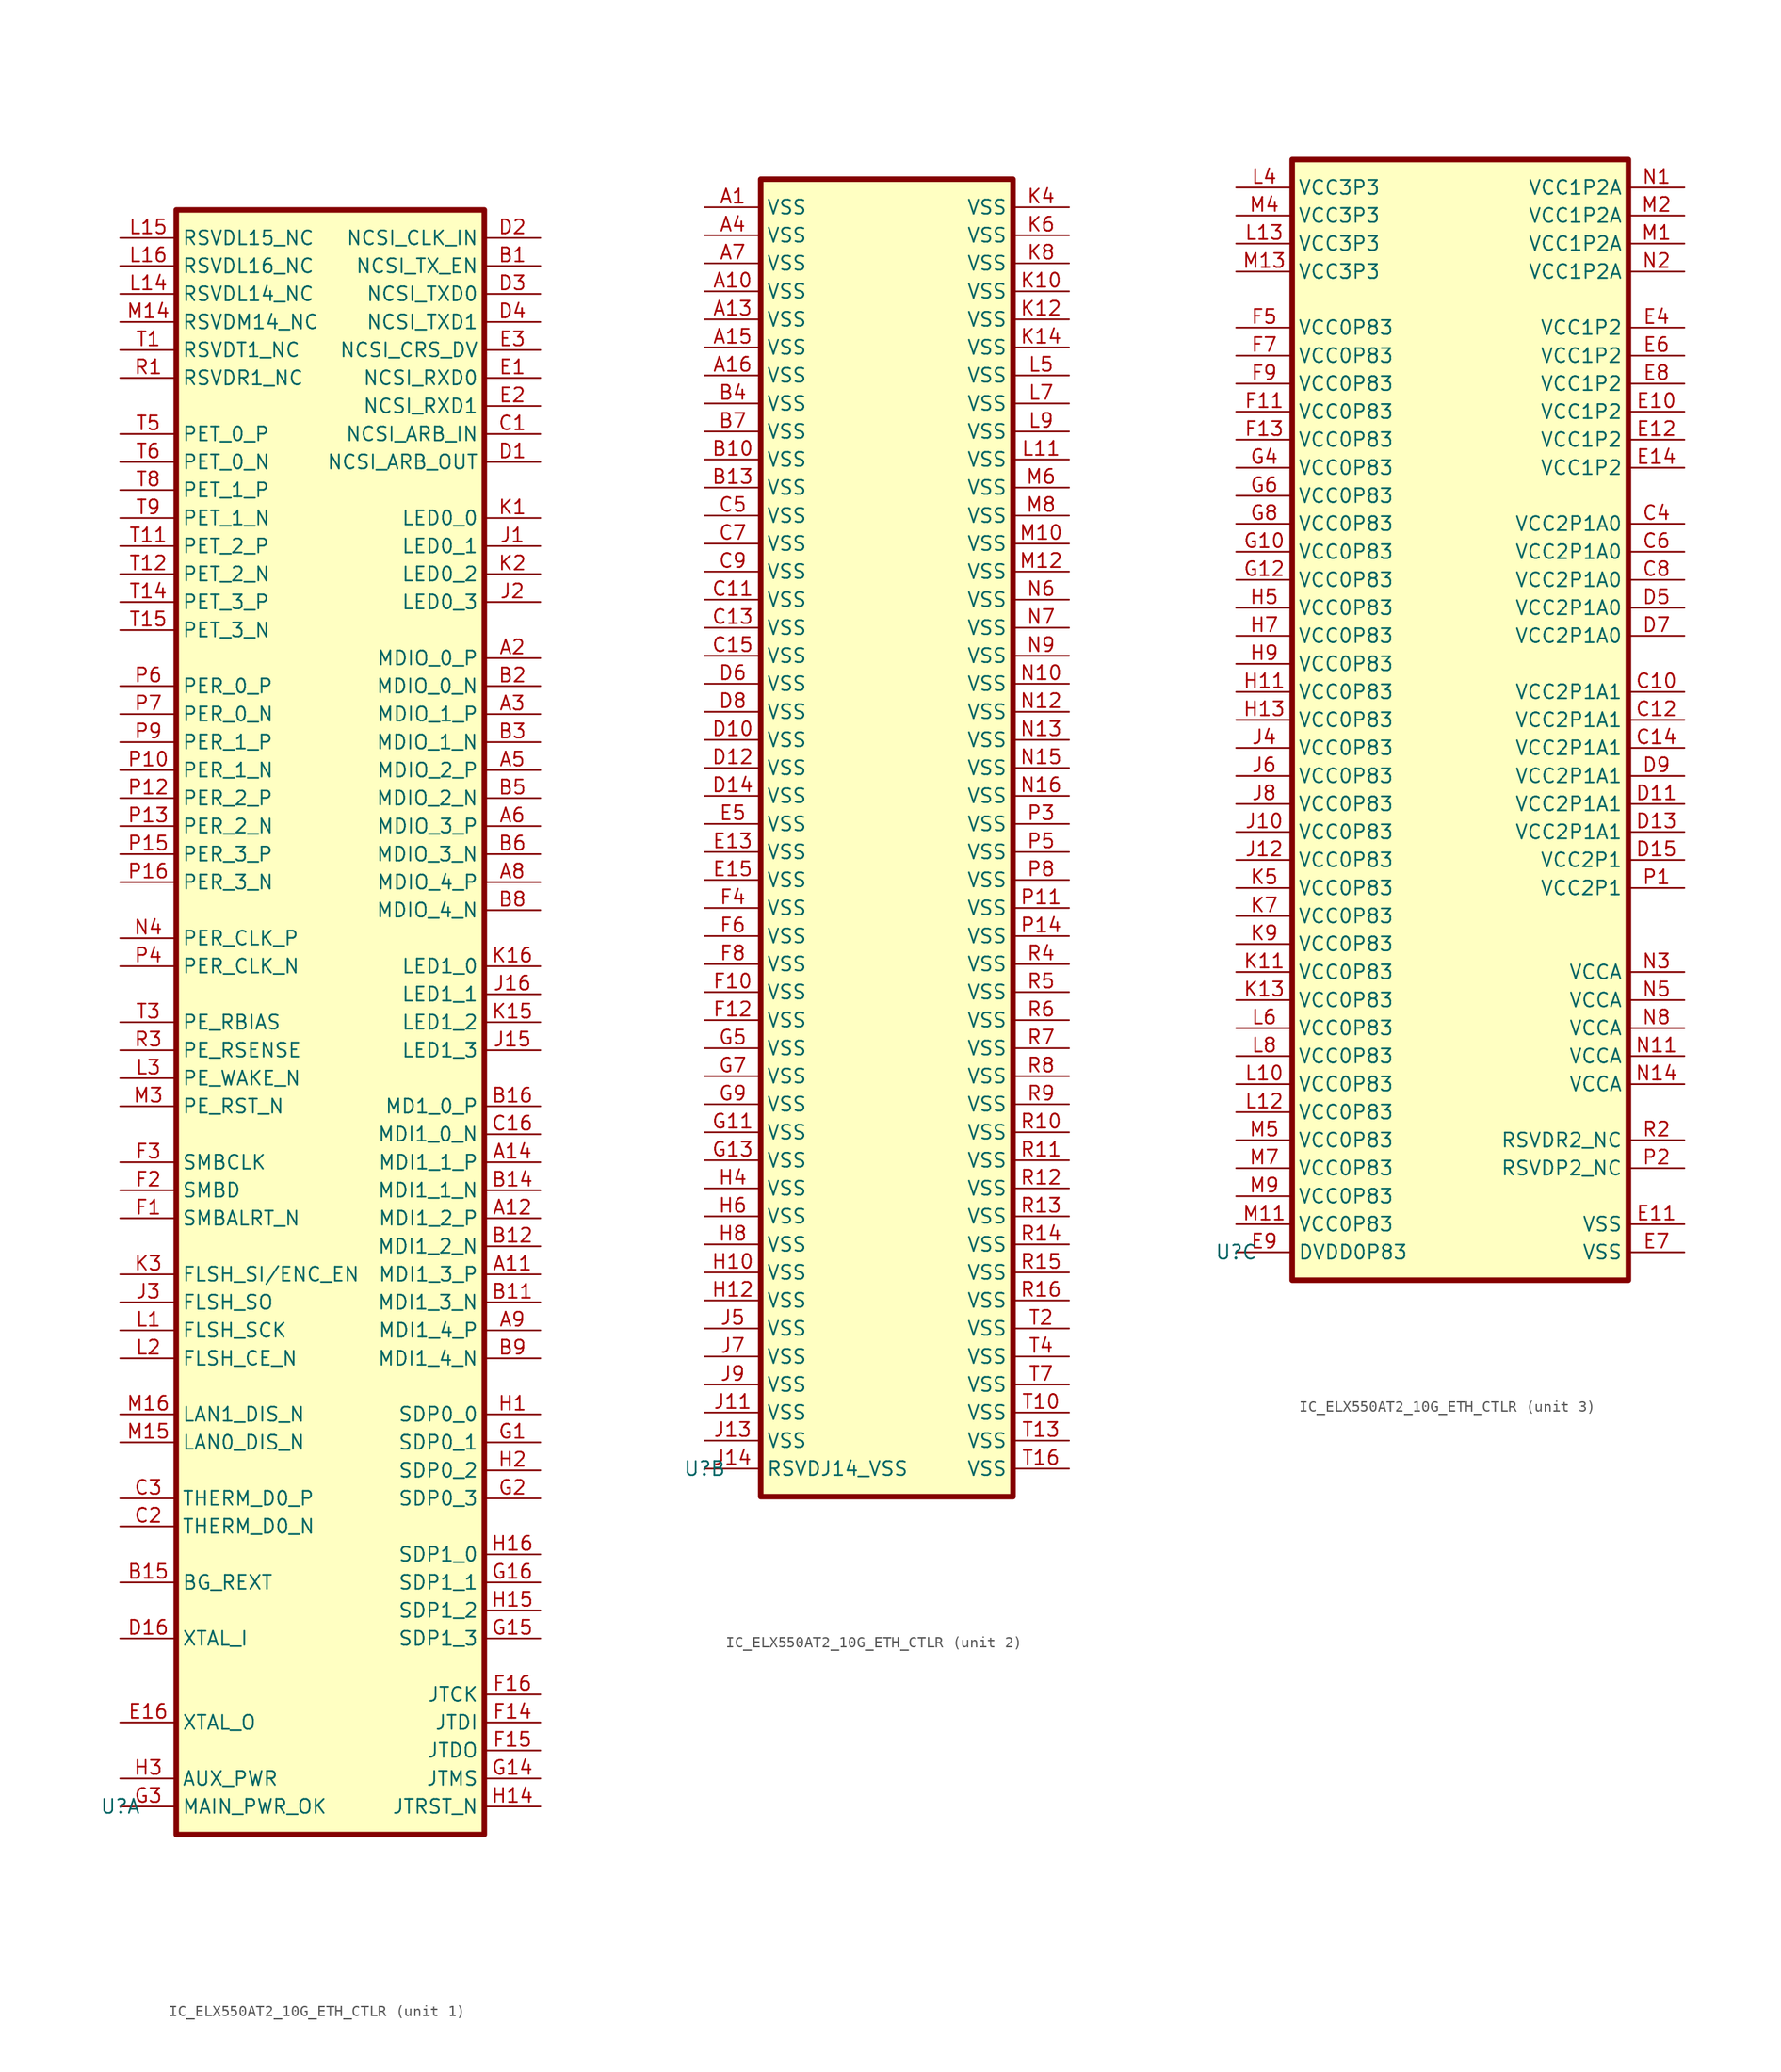
<source format=kicad_sym>
(kicad_symbol_lib
  (version 20231120)
  (generator "kicad_symbol_editor")
  (generator_version "8.0")
  (symbol "IC_ELX550AT2_10G_ETH_CTLR"
    (property "Reference" "U"
      (at 0 0 0)
      (effects (font (size 1.27 1.27))))
    (property "Value" ""
      (at -2.54 -2.54 0)
      (effects (font (size 1.27 1.27))))
    (property "ki_locked" ""
      (at 0 0 0)
      (effects (font (size 1.27 1.27))))
    (symbol "IC_ELX550AT2_10G_ETH_CTLR_1_1"
      (rectangle (start 5.08 144.78) (end 33.02 -2.54) (stroke (width 0.5) (type default)) (fill (type background)))
      (pin passive line (at 38.1 48.26 180) (length 5.08) (name "MDI1_3_P" (effects (font (size 1.27 1.27)))) (number "A11" (effects (font (size 1.27 1.27)))))
      (pin passive line (at 38.1 53.34 180) (length 5.08) (name "MDI1_2_P" (effects (font (size 1.27 1.27)))) (number "A12" (effects (font (size 1.27 1.27)))))
      (pin passive line (at 38.1 58.42 180) (length 5.08) (name "MDI1_1_P" (effects (font (size 1.27 1.27)))) (number "A14" (effects (font (size 1.27 1.27)))))
      (pin passive line (at 38.1 104.14 180) (length 5.08) (name "MDIO_0_P" (effects (font (size 1.27 1.27)))) (number "A2" (effects (font (size 1.27 1.27)))))
      (pin passive line (at 38.1 99.06 180) (length 5.08) (name "MDIO_1_P" (effects (font (size 1.27 1.27)))) (number "A3" (effects (font (size 1.27 1.27)))))
      (pin passive line (at 38.1 93.98 180) (length 5.08) (name "MDIO_2_P" (effects (font (size 1.27 1.27)))) (number "A5" (effects (font (size 1.27 1.27)))))
      (pin passive line (at 38.1 88.9 180) (length 5.08) (name "MDIO_3_P" (effects (font (size 1.27 1.27)))) (number "A6" (effects (font (size 1.27 1.27)))))
      (pin passive line (at 38.1 83.82 180) (length 5.08) (name "MDIO_4_P" (effects (font (size 1.27 1.27)))) (number "A8" (effects (font (size 1.27 1.27)))))
      (pin passive line (at 38.1 43.18 180) (length 5.08) (name "MDI1_4_P" (effects (font (size 1.27 1.27)))) (number "A9" (effects (font (size 1.27 1.27)))))
      (pin passive line (at 38.1 139.7 180) (length 5.08) (name "NCSI_TX_EN" (effects (font (size 1.27 1.27)))) (number "B1" (effects (font (size 1.27 1.27)))))
      (pin passive line (at 38.1 45.72 180) (length 5.08) (name "MDI1_3_N" (effects (font (size 1.27 1.27)))) (number "B11" (effects (font (size 1.27 1.27)))))
      (pin passive line (at 38.1 50.8 180) (length 5.08) (name "MDI1_2_N" (effects (font (size 1.27 1.27)))) (number "B12" (effects (font (size 1.27 1.27)))))
      (pin passive line (at 38.1 55.88 180) (length 5.08) (name "MDI1_1_N" (effects (font (size 1.27 1.27)))) (number "B14" (effects (font (size 1.27 1.27)))))
      (pin passive line (at 0 20.32 0) (length 5.08) (name "BG_REXT" (effects (font (size 1.27 1.27)))) (number "B15" (effects (font (size 1.27 1.27)))))
      (pin passive line (at 38.1 63.5 180) (length 5.08) (name "MD1_0_P" (effects (font (size 1.27 1.27)))) (number "B16" (effects (font (size 1.27 1.27)))))
      (pin passive line (at 38.1 101.6 180) (length 5.08) (name "MDIO_0_N" (effects (font (size 1.27 1.27)))) (number "B2" (effects (font (size 1.27 1.27)))))
      (pin passive line (at 38.1 96.52 180) (length 5.08) (name "MDIO_1_N" (effects (font (size 1.27 1.27)))) (number "B3" (effects (font (size 1.27 1.27)))))
      (pin passive line (at 38.1 91.44 180) (length 5.08) (name "MDIO_2_N" (effects (font (size 1.27 1.27)))) (number "B5" (effects (font (size 1.27 1.27)))))
      (pin passive line (at 38.1 86.36 180) (length 5.08) (name "MDIO_3_N" (effects (font (size 1.27 1.27)))) (number "B6" (effects (font (size 1.27 1.27)))))
      (pin passive line (at 38.1 81.28 180) (length 5.08) (name "MDIO_4_N" (effects (font (size 1.27 1.27)))) (number "B8" (effects (font (size 1.27 1.27)))))
      (pin passive line (at 38.1 40.64 180) (length 5.08) (name "MDI1_4_N" (effects (font (size 1.27 1.27)))) (number "B9" (effects (font (size 1.27 1.27)))))
      (pin passive line (at 38.1 124.46 180) (length 5.08) (name "NCSI_ARB_IN" (effects (font (size 1.27 1.27)))) (number "C1" (effects (font (size 1.27 1.27)))))
      (pin passive line (at 38.1 60.96 180) (length 5.08) (name "MDI1_0_N" (effects (font (size 1.27 1.27)))) (number "C16" (effects (font (size 1.27 1.27)))))
      (pin passive line (at 0 25.4 0) (length 5.08) (name "THERM_D0_N" (effects (font (size 1.27 1.27)))) (number "C2" (effects (font (size 1.27 1.27)))))
      (pin passive line (at 0 27.94 0) (length 5.08) (name "THERM_D0_P" (effects (font (size 1.27 1.27)))) (number "C3" (effects (font (size 1.27 1.27)))))
      (pin passive line (at 38.1 121.92 180) (length 5.08) (name "NCSI_ARB_OUT" (effects (font (size 1.27 1.27)))) (number "D1" (effects (font (size 1.27 1.27)))))
      (pin passive line (at 0 15.24 0) (length 5.08) (name "XTAL_I" (effects (font (size 1.27 1.27)))) (number "D16" (effects (font (size 1.27 1.27)))))
      (pin passive line (at 38.1 142.24 180) (length 5.08) (name "NCSI_CLK_IN" (effects (font (size 1.27 1.27)))) (number "D2" (effects (font (size 1.27 1.27)))))
      (pin passive line (at 38.1 137.16 180) (length 5.08) (name "NCSI_TXD0" (effects (font (size 1.27 1.27)))) (number "D3" (effects (font (size 1.27 1.27)))))
      (pin passive line (at 38.1 134.62 180) (length 5.08) (name "NCSI_TXD1" (effects (font (size 1.27 1.27)))) (number "D4" (effects (font (size 1.27 1.27)))))
      (pin passive line (at 38.1 129.54 180) (length 5.08) (name "NCSI_RXD0" (effects (font (size 1.27 1.27)))) (number "E1" (effects (font (size 1.27 1.27)))))
      (pin passive line (at 0 7.62 0) (length 5.08) (name "XTAL_O" (effects (font (size 1.27 1.27)))) (number "E16" (effects (font (size 1.27 1.27)))))
      (pin passive line (at 38.1 127 180) (length 5.08) (name "NCSI_RXD1" (effects (font (size 1.27 1.27)))) (number "E2" (effects (font (size 1.27 1.27)))))
      (pin passive line (at 38.1 132.08 180) (length 5.08) (name "NCSI_CRS_DV" (effects (font (size 1.27 1.27)))) (number "E3" (effects (font (size 1.27 1.27)))))
      (pin passive line (at 0 53.34 0) (length 5.08) (name "SMBALRT_N" (effects (font (size 1.27 1.27)))) (number "F1" (effects (font (size 1.27 1.27)))))
      (pin passive line (at 38.1 7.62 180) (length 5.08) (name "JTDI" (effects (font (size 1.27 1.27)))) (number "F14" (effects (font (size 1.27 1.27)))))
      (pin passive line (at 38.1 5.08 180) (length 5.08) (name "JTDO" (effects (font (size 1.27 1.27)))) (number "F15" (effects (font (size 1.27 1.27)))))
      (pin passive line (at 38.1 10.16 180) (length 5.08) (name "JTCK" (effects (font (size 1.27 1.27)))) (number "F16" (effects (font (size 1.27 1.27)))))
      (pin passive line (at 0 55.88 0) (length 5.08) (name "SMBD" (effects (font (size 1.27 1.27)))) (number "F2" (effects (font (size 1.27 1.27)))))
      (pin passive line (at 0 58.42 0) (length 5.08) (name "SMBCLK" (effects (font (size 1.27 1.27)))) (number "F3" (effects (font (size 1.27 1.27)))))
      (pin passive line (at 38.1 33.02 180) (length 5.08) (name "SDP0_1" (effects (font (size 1.27 1.27)))) (number "G1" (effects (font (size 1.27 1.27)))))
      (pin passive line (at 38.1 2.54 180) (length 5.08) (name "JTMS" (effects (font (size 1.27 1.27)))) (number "G14" (effects (font (size 1.27 1.27)))))
      (pin passive line (at 38.1 15.24 180) (length 5.08) (name "SDP1_3" (effects (font (size 1.27 1.27)))) (number "G15" (effects (font (size 1.27 1.27)))))
      (pin passive line (at 38.1 20.32 180) (length 5.08) (name "SDP1_1" (effects (font (size 1.27 1.27)))) (number "G16" (effects (font (size 1.27 1.27)))))
      (pin passive line (at 38.1 27.94 180) (length 5.08) (name "SDP0_3" (effects (font (size 1.27 1.27)))) (number "G2" (effects (font (size 1.27 1.27)))))
      (pin passive line (at 0 0 0) (length 5.08) (name "MAIN_PWR_OK" (effects (font (size 1.27 1.27)))) (number "G3" (effects (font (size 1.27 1.27)))))
      (pin passive line (at 38.1 35.56 180) (length 5.08) (name "SDP0_0" (effects (font (size 1.27 1.27)))) (number "H1" (effects (font (size 1.27 1.27)))))
      (pin passive line (at 38.1 0 180) (length 5.08) (name "JTRST_N" (effects (font (size 1.27 1.27)))) (number "H14" (effects (font (size 1.27 1.27)))))
      (pin passive line (at 38.1 17.78 180) (length 5.08) (name "SDP1_2" (effects (font (size 1.27 1.27)))) (number "H15" (effects (font (size 1.27 1.27)))))
      (pin passive line (at 38.1 22.86 180) (length 5.08) (name "SDP1_0" (effects (font (size 1.27 1.27)))) (number "H16" (effects (font (size 1.27 1.27)))))
      (pin passive line (at 38.1 30.48 180) (length 5.08) (name "SDP0_2" (effects (font (size 1.27 1.27)))) (number "H2" (effects (font (size 1.27 1.27)))))
      (pin passive line (at 0 2.54 0) (length 5.08) (name "AUX_PWR" (effects (font (size 1.27 1.27)))) (number "H3" (effects (font (size 1.27 1.27)))))
      (pin passive line (at 38.1 114.3 180) (length 5.08) (name "LED0_1" (effects (font (size 1.27 1.27)))) (number "J1" (effects (font (size 1.27 1.27)))))
      (pin passive line (at 38.1 68.58 180) (length 5.08) (name "LED1_3" (effects (font (size 1.27 1.27)))) (number "J15" (effects (font (size 1.27 1.27)))))
      (pin passive line (at 38.1 73.66 180) (length 5.08) (name "LED1_1" (effects (font (size 1.27 1.27)))) (number "J16" (effects (font (size 1.27 1.27)))))
      (pin passive line (at 38.1 109.22 180) (length 5.08) (name "LED0_3" (effects (font (size 1.27 1.27)))) (number "J2" (effects (font (size 1.27 1.27)))))
      (pin passive line (at 0 45.72 0) (length 5.08) (name "FLSH_SO" (effects (font (size 1.27 1.27)))) (number "J3" (effects (font (size 1.27 1.27)))))
      (pin passive line (at 38.1 116.84 180) (length 5.08) (name "LED0_0" (effects (font (size 1.27 1.27)))) (number "K1" (effects (font (size 1.27 1.27)))))
      (pin passive line (at 38.1 71.12 180) (length 5.08) (name "LED1_2" (effects (font (size 1.27 1.27)))) (number "K15" (effects (font (size 1.27 1.27)))))
      (pin passive line (at 38.1 76.2 180) (length 5.08) (name "LED1_0" (effects (font (size 1.27 1.27)))) (number "K16" (effects (font (size 1.27 1.27)))))
      (pin passive line (at 38.1 111.76 180) (length 5.08) (name "LED0_2" (effects (font (size 1.27 1.27)))) (number "K2" (effects (font (size 1.27 1.27)))))
      (pin passive line (at 0 48.26 0) (length 5.08) (name "FLSH_SI/ENC_EN" (effects (font (size 1.27 1.27)))) (number "K3" (effects (font (size 1.27 1.27)))))
      (pin passive line (at 0 43.18 0) (length 5.08) (name "FLSH_SCK" (effects (font (size 1.27 1.27)))) (number "L1" (effects (font (size 1.27 1.27)))))
      (pin passive line (at 0 137.16 0) (length 5.08) (name "RSVDL14_NC" (effects (font (size 1.27 1.27)))) (number "L14" (effects (font (size 1.27 1.27)))))
      (pin passive line (at 0 142.24 0) (length 5.08) (name "RSVDL15_NC" (effects (font (size 1.27 1.27)))) (number "L15" (effects (font (size 1.27 1.27)))))
      (pin passive line (at 0 139.7 0) (length 5.08) (name "RSVDL16_NC" (effects (font (size 1.27 1.27)))) (number "L16" (effects (font (size 1.27 1.27)))))
      (pin passive line (at 0 40.64 0) (length 5.08) (name "FLSH_CE_N" (effects (font (size 1.27 1.27)))) (number "L2" (effects (font (size 1.27 1.27)))))
      (pin passive line (at 0 66.04 0) (length 5.08) (name "PE_WAKE_N" (effects (font (size 1.27 1.27)))) (number "L3" (effects (font (size 1.27 1.27)))))
      (pin passive line (at 0 134.62 0) (length 5.08) (name "RSVDM14_NC" (effects (font (size 1.27 1.27)))) (number "M14" (effects (font (size 1.27 1.27)))))
      (pin passive line (at 0 33.02 0) (length 5.08) (name "LAN0_DIS_N" (effects (font (size 1.27 1.27)))) (number "M15" (effects (font (size 1.27 1.27)))))
      (pin passive line (at 0 35.56 0) (length 5.08) (name "LAN1_DIS_N" (effects (font (size 1.27 1.27)))) (number "M16" (effects (font (size 1.27 1.27)))))
      (pin passive line (at 0 63.5 0) (length 5.08) (name "PE_RST_N" (effects (font (size 1.27 1.27)))) (number "M3" (effects (font (size 1.27 1.27)))))
      (pin passive line (at 0 78.74 0) (length 5.08) (name "PER_CLK_P" (effects (font (size 1.27 1.27)))) (number "N4" (effects (font (size 1.27 1.27)))))
      (pin passive line (at 0 93.98 0) (length 5.08) (name "PER_1_N" (effects (font (size 1.27 1.27)))) (number "P10" (effects (font (size 1.27 1.27)))))
      (pin passive line (at 0 91.44 0) (length 5.08) (name "PER_2_P" (effects (font (size 1.27 1.27)))) (number "P12" (effects (font (size 1.27 1.27)))))
      (pin passive line (at 0 88.9 0) (length 5.08) (name "PER_2_N" (effects (font (size 1.27 1.27)))) (number "P13" (effects (font (size 1.27 1.27)))))
      (pin passive line (at 0 86.36 0) (length 5.08) (name "PER_3_P" (effects (font (size 1.27 1.27)))) (number "P15" (effects (font (size 1.27 1.27)))))
      (pin passive line (at 0 83.82 0) (length 5.08) (name "PER_3_N" (effects (font (size 1.27 1.27)))) (number "P16" (effects (font (size 1.27 1.27)))))
      (pin passive line (at 0 76.2 0) (length 5.08) (name "PER_CLK_N" (effects (font (size 1.27 1.27)))) (number "P4" (effects (font (size 1.27 1.27)))))
      (pin passive line (at 0 101.6 0) (length 5.08) (name "PER_0_P" (effects (font (size 1.27 1.27)))) (number "P6" (effects (font (size 1.27 1.27)))))
      (pin passive line (at 0 99.06 0) (length 5.08) (name "PER_0_N" (effects (font (size 1.27 1.27)))) (number "P7" (effects (font (size 1.27 1.27)))))
      (pin passive line (at 0 96.52 0) (length 5.08) (name "PER_1_P" (effects (font (size 1.27 1.27)))) (number "P9" (effects (font (size 1.27 1.27)))))
      (pin passive line (at 0 129.54 0) (length 5.08) (name "RSVDR1_NC" (effects (font (size 1.27 1.27)))) (number "R1" (effects (font (size 1.27 1.27)))))
      (pin passive line (at 0 68.58 0) (length 5.08) (name "PE_RSENSE" (effects (font (size 1.27 1.27)))) (number "R3" (effects (font (size 1.27 1.27)))))
      (pin passive line (at 0 132.08 0) (length 5.08) (name "RSVDT1_NC" (effects (font (size 1.27 1.27)))) (number "T1" (effects (font (size 1.27 1.27)))))
      (pin passive line (at 0 114.3 0) (length 5.08) (name "PET_2_P" (effects (font (size 1.27 1.27)))) (number "T11" (effects (font (size 1.27 1.27)))))
      (pin passive line (at 0 111.76 0) (length 5.08) (name "PET_2_N" (effects (font (size 1.27 1.27)))) (number "T12" (effects (font (size 1.27 1.27)))))
      (pin passive line (at 0 109.22 0) (length 5.08) (name "PET_3_P" (effects (font (size 1.27 1.27)))) (number "T14" (effects (font (size 1.27 1.27)))))
      (pin passive line (at 0 106.68 0) (length 5.08) (name "PET_3_N" (effects (font (size 1.27 1.27)))) (number "T15" (effects (font (size 1.27 1.27)))))
      (pin passive line (at 0 71.12 0) (length 5.08) (name "PE_RBIAS" (effects (font (size 1.27 1.27)))) (number "T3" (effects (font (size 1.27 1.27)))))
      (pin passive line (at 0 124.46 0) (length 5.08) (name "PET_0_P" (effects (font (size 1.27 1.27)))) (number "T5" (effects (font (size 1.27 1.27)))))
      (pin passive line (at 0 121.92 0) (length 5.08) (name "PET_0_N" (effects (font (size 1.27 1.27)))) (number "T6" (effects (font (size 1.27 1.27)))))
      (pin passive line (at 0 119.38 0) (length 5.08) (name "PET_1_P" (effects (font (size 1.27 1.27)))) (number "T8" (effects (font (size 1.27 1.27)))))
      (pin passive line (at 0 116.84 0) (length 5.08) (name "PET_1_N" (effects (font (size 1.27 1.27)))) (number "T9" (effects (font (size 1.27 1.27))))))
    (symbol "IC_ELX550AT2_10G_ETH_CTLR_2_1"
      (rectangle (start 5.08 116.84) (end 27.94 -2.54) (stroke (width 0.5) (type default)) (fill (type background)))
      (pin passive line (at 0 114.3 0) (length 5.08) (name "VSS" (effects (font (size 1.27 1.27)))) (number "A1" (effects (font (size 1.27 1.27)))))
      (pin passive line (at 0 106.68 0) (length 5.08) (name "VSS" (effects (font (size 1.27 1.27)))) (number "A10" (effects (font (size 1.27 1.27)))))
      (pin passive line (at 0 104.14 0) (length 5.08) (name "VSS" (effects (font (size 1.27 1.27)))) (number "A13" (effects (font (size 1.27 1.27)))))
      (pin passive line (at 0 101.6 0) (length 5.08) (name "VSS" (effects (font (size 1.27 1.27)))) (number "A15" (effects (font (size 1.27 1.27)))))
      (pin passive line (at 0 99.06 0) (length 5.08) (name "VSS" (effects (font (size 1.27 1.27)))) (number "A16" (effects (font (size 1.27 1.27)))))
      (pin passive line (at 0 111.76 0) (length 5.08) (name "VSS" (effects (font (size 1.27 1.27)))) (number "A4" (effects (font (size 1.27 1.27)))))
      (pin passive line (at 0 109.22 0) (length 5.08) (name "VSS" (effects (font (size 1.27 1.27)))) (number "A7" (effects (font (size 1.27 1.27)))))
      (pin passive line (at 0 91.44 0) (length 5.08) (name "VSS" (effects (font (size 1.27 1.27)))) (number "B10" (effects (font (size 1.27 1.27)))))
      (pin passive line (at 0 88.9 0) (length 5.08) (name "VSS" (effects (font (size 1.27 1.27)))) (number "B13" (effects (font (size 1.27 1.27)))))
      (pin passive line (at 0 96.52 0) (length 5.08) (name "VSS" (effects (font (size 1.27 1.27)))) (number "B4" (effects (font (size 1.27 1.27)))))
      (pin passive line (at 0 93.98 0) (length 5.08) (name "VSS" (effects (font (size 1.27 1.27)))) (number "B7" (effects (font (size 1.27 1.27)))))
      (pin passive line (at 0 78.74 0) (length 5.08) (name "VSS" (effects (font (size 1.27 1.27)))) (number "C11" (effects (font (size 1.27 1.27)))))
      (pin passive line (at 0 76.2 0) (length 5.08) (name "VSS" (effects (font (size 1.27 1.27)))) (number "C13" (effects (font (size 1.27 1.27)))))
      (pin passive line (at 0 73.66 0) (length 5.08) (name "VSS" (effects (font (size 1.27 1.27)))) (number "C15" (effects (font (size 1.27 1.27)))))
      (pin passive line (at 0 86.36 0) (length 5.08) (name "VSS" (effects (font (size 1.27 1.27)))) (number "C5" (effects (font (size 1.27 1.27)))))
      (pin passive line (at 0 83.82 0) (length 5.08) (name "VSS" (effects (font (size 1.27 1.27)))) (number "C7" (effects (font (size 1.27 1.27)))))
      (pin passive line (at 0 81.28 0) (length 5.08) (name "VSS" (effects (font (size 1.27 1.27)))) (number "C9" (effects (font (size 1.27 1.27)))))
      (pin passive line (at 0 66.04 0) (length 5.08) (name "VSS" (effects (font (size 1.27 1.27)))) (number "D10" (effects (font (size 1.27 1.27)))))
      (pin passive line (at 0 63.5 0) (length 5.08) (name "VSS" (effects (font (size 1.27 1.27)))) (number "D12" (effects (font (size 1.27 1.27)))))
      (pin passive line (at 0 60.96 0) (length 5.08) (name "VSS" (effects (font (size 1.27 1.27)))) (number "D14" (effects (font (size 1.27 1.27)))))
      (pin passive line (at 0 71.12 0) (length 5.08) (name "VSS" (effects (font (size 1.27 1.27)))) (number "D6" (effects (font (size 1.27 1.27)))))
      (pin passive line (at 0 68.58 0) (length 5.08) (name "VSS" (effects (font (size 1.27 1.27)))) (number "D8" (effects (font (size 1.27 1.27)))))
      (pin passive line (at 0 55.88 0) (length 5.08) (name "VSS" (effects (font (size 1.27 1.27)))) (number "E13" (effects (font (size 1.27 1.27)))))
      (pin passive line (at 0 53.34 0) (length 5.08) (name "VSS" (effects (font (size 1.27 1.27)))) (number "E15" (effects (font (size 1.27 1.27)))))
      (pin passive line (at 0 58.42 0) (length 5.08) (name "VSS" (effects (font (size 1.27 1.27)))) (number "E5" (effects (font (size 1.27 1.27)))))
      (pin passive line (at 0 43.18 0) (length 5.08) (name "VSS" (effects (font (size 1.27 1.27)))) (number "F10" (effects (font (size 1.27 1.27)))))
      (pin passive line (at 0 40.64 0) (length 5.08) (name "VSS" (effects (font (size 1.27 1.27)))) (number "F12" (effects (font (size 1.27 1.27)))))
      (pin passive line (at 0 50.8 0) (length 5.08) (name "VSS" (effects (font (size 1.27 1.27)))) (number "F4" (effects (font (size 1.27 1.27)))))
      (pin passive line (at 0 48.26 0) (length 5.08) (name "VSS" (effects (font (size 1.27 1.27)))) (number "F6" (effects (font (size 1.27 1.27)))))
      (pin passive line (at 0 45.72 0) (length 5.08) (name "VSS" (effects (font (size 1.27 1.27)))) (number "F8" (effects (font (size 1.27 1.27)))))
      (pin passive line (at 0 30.48 0) (length 5.08) (name "VSS" (effects (font (size 1.27 1.27)))) (number "G11" (effects (font (size 1.27 1.27)))))
      (pin passive line (at 0 27.94 0) (length 5.08) (name "VSS" (effects (font (size 1.27 1.27)))) (number "G13" (effects (font (size 1.27 1.27)))))
      (pin passive line (at 0 38.1 0) (length 5.08) (name "VSS" (effects (font (size 1.27 1.27)))) (number "G5" (effects (font (size 1.27 1.27)))))
      (pin passive line (at 0 35.56 0) (length 5.08) (name "VSS" (effects (font (size 1.27 1.27)))) (number "G7" (effects (font (size 1.27 1.27)))))
      (pin passive line (at 0 33.02 0) (length 5.08) (name "VSS" (effects (font (size 1.27 1.27)))) (number "G9" (effects (font (size 1.27 1.27)))))
      (pin passive line (at 0 17.78 0) (length 5.08) (name "VSS" (effects (font (size 1.27 1.27)))) (number "H10" (effects (font (size 1.27 1.27)))))
      (pin passive line (at 0 15.24 0) (length 5.08) (name "VSS" (effects (font (size 1.27 1.27)))) (number "H12" (effects (font (size 1.27 1.27)))))
      (pin passive line (at 0 25.4 0) (length 5.08) (name "VSS" (effects (font (size 1.27 1.27)))) (number "H4" (effects (font (size 1.27 1.27)))))
      (pin passive line (at 0 22.86 0) (length 5.08) (name "VSS" (effects (font (size 1.27 1.27)))) (number "H6" (effects (font (size 1.27 1.27)))))
      (pin passive line (at 0 20.32 0) (length 5.08) (name "VSS" (effects (font (size 1.27 1.27)))) (number "H8" (effects (font (size 1.27 1.27)))))
      (pin passive line (at 0 5.08 0) (length 5.08) (name "VSS" (effects (font (size 1.27 1.27)))) (number "J11" (effects (font (size 1.27 1.27)))))
      (pin passive line (at 0 2.54 0) (length 5.08) (name "VSS" (effects (font (size 1.27 1.27)))) (number "J13" (effects (font (size 1.27 1.27)))))
      (pin passive line (at 0 0 0) (length 5.08) (name "RSVDJ14_VSS" (effects (font (size 1.27 1.27)))) (number "J14" (effects (font (size 1.27 1.27)))))
      (pin passive line (at 0 12.7 0) (length 5.08) (name "VSS" (effects (font (size 1.27 1.27)))) (number "J5" (effects (font (size 1.27 1.27)))))
      (pin passive line (at 0 10.16 0) (length 5.08) (name "VSS" (effects (font (size 1.27 1.27)))) (number "J7" (effects (font (size 1.27 1.27)))))
      (pin passive line (at 0 7.62 0) (length 5.08) (name "VSS" (effects (font (size 1.27 1.27)))) (number "J9" (effects (font (size 1.27 1.27)))))
      (pin passive line (at 33.02 106.68 180) (length 5.08) (name "VSS" (effects (font (size 1.27 1.27)))) (number "K10" (effects (font (size 1.27 1.27)))))
      (pin passive line (at 33.02 104.14 180) (length 5.08) (name "VSS" (effects (font (size 1.27 1.27)))) (number "K12" (effects (font (size 1.27 1.27)))))
      (pin passive line (at 33.02 101.6 180) (length 5.08) (name "VSS" (effects (font (size 1.27 1.27)))) (number "K14" (effects (font (size 1.27 1.27)))))
      (pin passive line (at 33.02 114.3 180) (length 5.08) (name "VSS" (effects (font (size 1.27 1.27)))) (number "K4" (effects (font (size 1.27 1.27)))))
      (pin passive line (at 33.02 111.76 180) (length 5.08) (name "VSS" (effects (font (size 1.27 1.27)))) (number "K6" (effects (font (size 1.27 1.27)))))
      (pin passive line (at 33.02 109.22 180) (length 5.08) (name "VSS" (effects (font (size 1.27 1.27)))) (number "K8" (effects (font (size 1.27 1.27)))))
      (pin passive line (at 33.02 91.44 180) (length 5.08) (name "VSS" (effects (font (size 1.27 1.27)))) (number "L11" (effects (font (size 1.27 1.27)))))
      (pin passive line (at 33.02 99.06 180) (length 5.08) (name "VSS" (effects (font (size 1.27 1.27)))) (number "L5" (effects (font (size 1.27 1.27)))))
      (pin passive line (at 33.02 96.52 180) (length 5.08) (name "VSS" (effects (font (size 1.27 1.27)))) (number "L7" (effects (font (size 1.27 1.27)))))
      (pin passive line (at 33.02 93.98 180) (length 5.08) (name "VSS" (effects (font (size 1.27 1.27)))) (number "L9" (effects (font (size 1.27 1.27)))))
      (pin passive line (at 33.02 83.82 180) (length 5.08) (name "VSS" (effects (font (size 1.27 1.27)))) (number "M10" (effects (font (size 1.27 1.27)))))
      (pin passive line (at 33.02 81.28 180) (length 5.08) (name "VSS" (effects (font (size 1.27 1.27)))) (number "M12" (effects (font (size 1.27 1.27)))))
      (pin passive line (at 33.02 88.9 180) (length 5.08) (name "VSS" (effects (font (size 1.27 1.27)))) (number "M6" (effects (font (size 1.27 1.27)))))
      (pin passive line (at 33.02 86.36 180) (length 5.08) (name "VSS" (effects (font (size 1.27 1.27)))) (number "M8" (effects (font (size 1.27 1.27)))))
      (pin passive line (at 33.02 71.12 180) (length 5.08) (name "VSS" (effects (font (size 1.27 1.27)))) (number "N10" (effects (font (size 1.27 1.27)))))
      (pin passive line (at 33.02 68.58 180) (length 5.08) (name "VSS" (effects (font (size 1.27 1.27)))) (number "N12" (effects (font (size 1.27 1.27)))))
      (pin passive line (at 33.02 66.04 180) (length 5.08) (name "VSS" (effects (font (size 1.27 1.27)))) (number "N13" (effects (font (size 1.27 1.27)))))
      (pin passive line (at 33.02 63.5 180) (length 5.08) (name "VSS" (effects (font (size 1.27 1.27)))) (number "N15" (effects (font (size 1.27 1.27)))))
      (pin passive line (at 33.02 60.96 180) (length 5.08) (name "VSS" (effects (font (size 1.27 1.27)))) (number "N16" (effects (font (size 1.27 1.27)))))
      (pin passive line (at 33.02 78.74 180) (length 5.08) (name "VSS" (effects (font (size 1.27 1.27)))) (number "N6" (effects (font (size 1.27 1.27)))))
      (pin passive line (at 33.02 76.2 180) (length 5.08) (name "VSS" (effects (font (size 1.27 1.27)))) (number "N7" (effects (font (size 1.27 1.27)))))
      (pin passive line (at 33.02 73.66 180) (length 5.08) (name "VSS" (effects (font (size 1.27 1.27)))) (number "N9" (effects (font (size 1.27 1.27)))))
      (pin passive line (at 33.02 50.8 180) (length 5.08) (name "VSS" (effects (font (size 1.27 1.27)))) (number "P11" (effects (font (size 1.27 1.27)))))
      (pin passive line (at 33.02 48.26 180) (length 5.08) (name "VSS" (effects (font (size 1.27 1.27)))) (number "P14" (effects (font (size 1.27 1.27)))))
      (pin passive line (at 33.02 58.42 180) (length 5.08) (name "VSS" (effects (font (size 1.27 1.27)))) (number "P3" (effects (font (size 1.27 1.27)))))
      (pin passive line (at 33.02 55.88 180) (length 5.08) (name "VSS" (effects (font (size 1.27 1.27)))) (number "P5" (effects (font (size 1.27 1.27)))))
      (pin passive line (at 33.02 53.34 180) (length 5.08) (name "VSS" (effects (font (size 1.27 1.27)))) (number "P8" (effects (font (size 1.27 1.27)))))
      (pin passive line (at 33.02 30.48 180) (length 5.08) (name "VSS" (effects (font (size 1.27 1.27)))) (number "R10" (effects (font (size 1.27 1.27)))))
      (pin passive line (at 33.02 27.94 180) (length 5.08) (name "VSS" (effects (font (size 1.27 1.27)))) (number "R11" (effects (font (size 1.27 1.27)))))
      (pin passive line (at 33.02 25.4 180) (length 5.08) (name "VSS" (effects (font (size 1.27 1.27)))) (number "R12" (effects (font (size 1.27 1.27)))))
      (pin passive line (at 33.02 22.86 180) (length 5.08) (name "VSS" (effects (font (size 1.27 1.27)))) (number "R13" (effects (font (size 1.27 1.27)))))
      (pin passive line (at 33.02 20.32 180) (length 5.08) (name "VSS" (effects (font (size 1.27 1.27)))) (number "R14" (effects (font (size 1.27 1.27)))))
      (pin passive line (at 33.02 17.78 180) (length 5.08) (name "VSS" (effects (font (size 1.27 1.27)))) (number "R15" (effects (font (size 1.27 1.27)))))
      (pin passive line (at 33.02 15.24 180) (length 5.08) (name "VSS" (effects (font (size 1.27 1.27)))) (number "R16" (effects (font (size 1.27 1.27)))))
      (pin passive line (at 33.02 45.72 180) (length 5.08) (name "VSS" (effects (font (size 1.27 1.27)))) (number "R4" (effects (font (size 1.27 1.27)))))
      (pin passive line (at 33.02 43.18 180) (length 5.08) (name "VSS" (effects (font (size 1.27 1.27)))) (number "R5" (effects (font (size 1.27 1.27)))))
      (pin passive line (at 33.02 40.64 180) (length 5.08) (name "VSS" (effects (font (size 1.27 1.27)))) (number "R6" (effects (font (size 1.27 1.27)))))
      (pin passive line (at 33.02 38.1 180) (length 5.08) (name "VSS" (effects (font (size 1.27 1.27)))) (number "R7" (effects (font (size 1.27 1.27)))))
      (pin passive line (at 33.02 35.56 180) (length 5.08) (name "VSS" (effects (font (size 1.27 1.27)))) (number "R8" (effects (font (size 1.27 1.27)))))
      (pin passive line (at 33.02 33.02 180) (length 5.08) (name "VSS" (effects (font (size 1.27 1.27)))) (number "R9" (effects (font (size 1.27 1.27)))))
      (pin passive line (at 33.02 5.08 180) (length 5.08) (name "VSS" (effects (font (size 1.27 1.27)))) (number "T10" (effects (font (size 1.27 1.27)))))
      (pin passive line (at 33.02 2.54 180) (length 5.08) (name "VSS" (effects (font (size 1.27 1.27)))) (number "T13" (effects (font (size 1.27 1.27)))))
      (pin passive line (at 33.02 0 180) (length 5.08) (name "VSS" (effects (font (size 1.27 1.27)))) (number "T16" (effects (font (size 1.27 1.27)))))
      (pin passive line (at 33.02 12.7 180) (length 5.08) (name "VSS" (effects (font (size 1.27 1.27)))) (number "T2" (effects (font (size 1.27 1.27)))))
      (pin passive line (at 33.02 10.16 180) (length 5.08) (name "VSS" (effects (font (size 1.27 1.27)))) (number "T4" (effects (font (size 1.27 1.27)))))
      (pin passive line (at 33.02 7.62 180) (length 5.08) (name "VSS" (effects (font (size 1.27 1.27)))) (number "T7" (effects (font (size 1.27 1.27))))))
    (symbol "IC_ELX550AT2_10G_ETH_CTLR_3_1"
      (rectangle (start 5.08 99.06) (end 35.56 -2.54) (stroke (width 0.5) (type default)) (fill (type background)))
      (pin passive line (at 40.64 50.8 180) (length 5.08) (name "VCC2P1A1" (effects (font (size 1.27 1.27)))) (number "C10" (effects (font (size 1.27 1.27)))))
      (pin passive line (at 40.64 48.26 180) (length 5.08) (name "VCC2P1A1" (effects (font (size 1.27 1.27)))) (number "C12" (effects (font (size 1.27 1.27)))))
      (pin passive line (at 40.64 45.72 180) (length 5.08) (name "VCC2P1A1" (effects (font (size 1.27 1.27)))) (number "C14" (effects (font (size 1.27 1.27)))))
      (pin passive line (at 40.64 66.04 180) (length 5.08) (name "VCC2P1A0" (effects (font (size 1.27 1.27)))) (number "C4" (effects (font (size 1.27 1.27)))))
      (pin passive line (at 40.64 63.5 180) (length 5.08) (name "VCC2P1A0" (effects (font (size 1.27 1.27)))) (number "C6" (effects (font (size 1.27 1.27)))))
      (pin passive line (at 40.64 60.96 180) (length 5.08) (name "VCC2P1A0" (effects (font (size 1.27 1.27)))) (number "C8" (effects (font (size 1.27 1.27)))))
      (pin passive line (at 40.64 40.64 180) (length 5.08) (name "VCC2P1A1" (effects (font (size 1.27 1.27)))) (number "D11" (effects (font (size 1.27 1.27)))))
      (pin passive line (at 40.64 38.1 180) (length 5.08) (name "VCC2P1A1" (effects (font (size 1.27 1.27)))) (number "D13" (effects (font (size 1.27 1.27)))))
      (pin passive line (at 40.64 35.56 180) (length 5.08) (name "VCC2P1" (effects (font (size 1.27 1.27)))) (number "D15" (effects (font (size 1.27 1.27)))))
      (pin passive line (at 40.64 58.42 180) (length 5.08) (name "VCC2P1A0" (effects (font (size 1.27 1.27)))) (number "D5" (effects (font (size 1.27 1.27)))))
      (pin passive line (at 40.64 55.88 180) (length 5.08) (name "VCC2P1A0" (effects (font (size 1.27 1.27)))) (number "D7" (effects (font (size 1.27 1.27)))))
      (pin passive line (at 40.64 43.18 180) (length 5.08) (name "VCC2P1A1" (effects (font (size 1.27 1.27)))) (number "D9" (effects (font (size 1.27 1.27)))))
      (pin passive line (at 40.64 76.2 180) (length 5.08) (name "VCC1P2" (effects (font (size 1.27 1.27)))) (number "E10" (effects (font (size 1.27 1.27)))))
      (pin passive line (at 40.64 2.54 180) (length 5.08) (name "VSS" (effects (font (size 1.27 1.27)))) (number "E11" (effects (font (size 1.27 1.27)))))
      (pin passive line (at 40.64 73.66 180) (length 5.08) (name "VCC1P2" (effects (font (size 1.27 1.27)))) (number "E12" (effects (font (size 1.27 1.27)))))
      (pin passive line (at 40.64 71.12 180) (length 5.08) (name "VCC1P2" (effects (font (size 1.27 1.27)))) (number "E14" (effects (font (size 1.27 1.27)))))
      (pin passive line (at 40.64 83.82 180) (length 5.08) (name "VCC1P2" (effects (font (size 1.27 1.27)))) (number "E4" (effects (font (size 1.27 1.27)))))
      (pin passive line (at 40.64 81.28 180) (length 5.08) (name "VCC1P2" (effects (font (size 1.27 1.27)))) (number "E6" (effects (font (size 1.27 1.27)))))
      (pin passive line (at 40.64 0 180) (length 5.08) (name "VSS" (effects (font (size 1.27 1.27)))) (number "E7" (effects (font (size 1.27 1.27)))))
      (pin passive line (at 40.64 78.74 180) (length 5.08) (name "VCC1P2" (effects (font (size 1.27 1.27)))) (number "E8" (effects (font (size 1.27 1.27)))))
      (pin passive line (at 0 0 0) (length 5.08) (name "DVDD0P83" (effects (font (size 1.27 1.27)))) (number "E9" (effects (font (size 1.27 1.27)))))
      (pin passive line (at 0 76.2 0) (length 5.08) (name "VCC0P83" (effects (font (size 1.27 1.27)))) (number "F11" (effects (font (size 1.27 1.27)))))
      (pin passive line (at 0 73.66 0) (length 5.08) (name "VCC0P83" (effects (font (size 1.27 1.27)))) (number "F13" (effects (font (size 1.27 1.27)))))
      (pin passive line (at 0 83.82 0) (length 5.08) (name "VCC0P83" (effects (font (size 1.27 1.27)))) (number "F5" (effects (font (size 1.27 1.27)))))
      (pin passive line (at 0 81.28 0) (length 5.08) (name "VCC0P83" (effects (font (size 1.27 1.27)))) (number "F7" (effects (font (size 1.27 1.27)))))
      (pin passive line (at 0 78.74 0) (length 5.08) (name "VCC0P83" (effects (font (size 1.27 1.27)))) (number "F9" (effects (font (size 1.27 1.27)))))
      (pin passive line (at 0 63.5 0) (length 5.08) (name "VCC0P83" (effects (font (size 1.27 1.27)))) (number "G10" (effects (font (size 1.27 1.27)))))
      (pin passive line (at 0 60.96 0) (length 5.08) (name "VCC0P83" (effects (font (size 1.27 1.27)))) (number "G12" (effects (font (size 1.27 1.27)))))
      (pin passive line (at 0 71.12 0) (length 5.08) (name "VCC0P83" (effects (font (size 1.27 1.27)))) (number "G4" (effects (font (size 1.27 1.27)))))
      (pin passive line (at 0 68.58 0) (length 5.08) (name "VCC0P83" (effects (font (size 1.27 1.27)))) (number "G6" (effects (font (size 1.27 1.27)))))
      (pin passive line (at 0 66.04 0) (length 5.08) (name "VCC0P83" (effects (font (size 1.27 1.27)))) (number "G8" (effects (font (size 1.27 1.27)))))
      (pin passive line (at 0 50.8 0) (length 5.08) (name "VCC0P83" (effects (font (size 1.27 1.27)))) (number "H11" (effects (font (size 1.27 1.27)))))
      (pin passive line (at 0 48.26 0) (length 5.08) (name "VCC0P83" (effects (font (size 1.27 1.27)))) (number "H13" (effects (font (size 1.27 1.27)))))
      (pin passive line (at 0 58.42 0) (length 5.08) (name "VCC0P83" (effects (font (size 1.27 1.27)))) (number "H5" (effects (font (size 1.27 1.27)))))
      (pin passive line (at 0 55.88 0) (length 5.08) (name "VCC0P83" (effects (font (size 1.27 1.27)))) (number "H7" (effects (font (size 1.27 1.27)))))
      (pin passive line (at 0 53.34 0) (length 5.08) (name "VCC0P83" (effects (font (size 1.27 1.27)))) (number "H9" (effects (font (size 1.27 1.27)))))
      (pin passive line (at 0 38.1 0) (length 5.08) (name "VCC0P83" (effects (font (size 1.27 1.27)))) (number "J10" (effects (font (size 1.27 1.27)))))
      (pin passive line (at 0 35.56 0) (length 5.08) (name "VCC0P83" (effects (font (size 1.27 1.27)))) (number "J12" (effects (font (size 1.27 1.27)))))
      (pin passive line (at 0 45.72 0) (length 5.08) (name "VCC0P83" (effects (font (size 1.27 1.27)))) (number "J4" (effects (font (size 1.27 1.27)))))
      (pin passive line (at 0 43.18 0) (length 5.08) (name "VCC0P83" (effects (font (size 1.27 1.27)))) (number "J6" (effects (font (size 1.27 1.27)))))
      (pin passive line (at 0 40.64 0) (length 5.08) (name "VCC0P83" (effects (font (size 1.27 1.27)))) (number "J8" (effects (font (size 1.27 1.27)))))
      (pin passive line (at 0 25.4 0) (length 5.08) (name "VCC0P83" (effects (font (size 1.27 1.27)))) (number "K11" (effects (font (size 1.27 1.27)))))
      (pin passive line (at 0 22.86 0) (length 5.08) (name "VCC0P83" (effects (font (size 1.27 1.27)))) (number "K13" (effects (font (size 1.27 1.27)))))
      (pin passive line (at 0 33.02 0) (length 5.08) (name "VCC0P83" (effects (font (size 1.27 1.27)))) (number "K5" (effects (font (size 1.27 1.27)))))
      (pin passive line (at 0 30.48 0) (length 5.08) (name "VCC0P83" (effects (font (size 1.27 1.27)))) (number "K7" (effects (font (size 1.27 1.27)))))
      (pin passive line (at 0 27.94 0) (length 5.08) (name "VCC0P83" (effects (font (size 1.27 1.27)))) (number "K9" (effects (font (size 1.27 1.27)))))
      (pin passive line (at 0 15.24 0) (length 5.08) (name "VCC0P83" (effects (font (size 1.27 1.27)))) (number "L10" (effects (font (size 1.27 1.27)))))
      (pin passive line (at 0 12.7 0) (length 5.08) (name "VCC0P83" (effects (font (size 1.27 1.27)))) (number "L12" (effects (font (size 1.27 1.27)))))
      (pin passive line (at 0 91.44 0) (length 5.08) (name "VCC3P3" (effects (font (size 1.27 1.27)))) (number "L13" (effects (font (size 1.27 1.27)))))
      (pin passive line (at 0 96.52 0) (length 5.08) (name "VCC3P3" (effects (font (size 1.27 1.27)))) (number "L4" (effects (font (size 1.27 1.27)))))
      (pin passive line (at 0 20.32 0) (length 5.08) (name "VCC0P83" (effects (font (size 1.27 1.27)))) (number "L6" (effects (font (size 1.27 1.27)))))
      (pin passive line (at 0 17.78 0) (length 5.08) (name "VCC0P83" (effects (font (size 1.27 1.27)))) (number "L8" (effects (font (size 1.27 1.27)))))
      (pin passive line (at 40.64 91.44 180) (length 5.08) (name "VCC1P2A" (effects (font (size 1.27 1.27)))) (number "M1" (effects (font (size 1.27 1.27)))))
      (pin passive line (at 0 2.54 0) (length 5.08) (name "VCC0P83" (effects (font (size 1.27 1.27)))) (number "M11" (effects (font (size 1.27 1.27)))))
      (pin passive line (at 0 88.9 0) (length 5.08) (name "VCC3P3" (effects (font (size 1.27 1.27)))) (number "M13" (effects (font (size 1.27 1.27)))))
      (pin passive line (at 40.64 93.98 180) (length 5.08) (name "VCC1P2A" (effects (font (size 1.27 1.27)))) (number "M2" (effects (font (size 1.27 1.27)))))
      (pin passive line (at 0 93.98 0) (length 5.08) (name "VCC3P3" (effects (font (size 1.27 1.27)))) (number "M4" (effects (font (size 1.27 1.27)))))
      (pin passive line (at 0 10.16 0) (length 5.08) (name "VCC0P83" (effects (font (size 1.27 1.27)))) (number "M5" (effects (font (size 1.27 1.27)))))
      (pin passive line (at 0 7.62 0) (length 5.08) (name "VCC0P83" (effects (font (size 1.27 1.27)))) (number "M7" (effects (font (size 1.27 1.27)))))
      (pin passive line (at 0 5.08 0) (length 5.08) (name "VCC0P83" (effects (font (size 1.27 1.27)))) (number "M9" (effects (font (size 1.27 1.27)))))
      (pin passive line (at 40.64 96.52 180) (length 5.08) (name "VCC1P2A" (effects (font (size 1.27 1.27)))) (number "N1" (effects (font (size 1.27 1.27)))))
      (pin passive line (at 40.64 17.78 180) (length 5.08) (name "VCCA" (effects (font (size 1.27 1.27)))) (number "N11" (effects (font (size 1.27 1.27)))))
      (pin passive line (at 40.64 15.24 180) (length 5.08) (name "VCCA" (effects (font (size 1.27 1.27)))) (number "N14" (effects (font (size 1.27 1.27)))))
      (pin passive line (at 40.64 88.9 180) (length 5.08) (name "VCC1P2A" (effects (font (size 1.27 1.27)))) (number "N2" (effects (font (size 1.27 1.27)))))
      (pin passive line (at 40.64 25.4 180) (length 5.08) (name "VCCA" (effects (font (size 1.27 1.27)))) (number "N3" (effects (font (size 1.27 1.27)))))
      (pin passive line (at 40.64 22.86 180) (length 5.08) (name "VCCA" (effects (font (size 1.27 1.27)))) (number "N5" (effects (font (size 1.27 1.27)))))
      (pin passive line (at 40.64 20.32 180) (length 5.08) (name "VCCA" (effects (font (size 1.27 1.27)))) (number "N8" (effects (font (size 1.27 1.27)))))
      (pin passive line (at 40.64 33.02 180) (length 5.08) (name "VCC2P1" (effects (font (size 1.27 1.27)))) (number "P1" (effects (font (size 1.27 1.27)))))
      (pin passive line (at 40.64 7.62 180) (length 5.08) (name "RSVDP2_NC" (effects (font (size 1.27 1.27)))) (number "P2" (effects (font (size 1.27 1.27)))))
      (pin passive line (at 40.64 10.16 180) (length 5.08) (name "RSVDR2_NC" (effects (font (size 1.27 1.27)))) (number "R2" (effects (font (size 1.27 1.27))))))))
</source>
